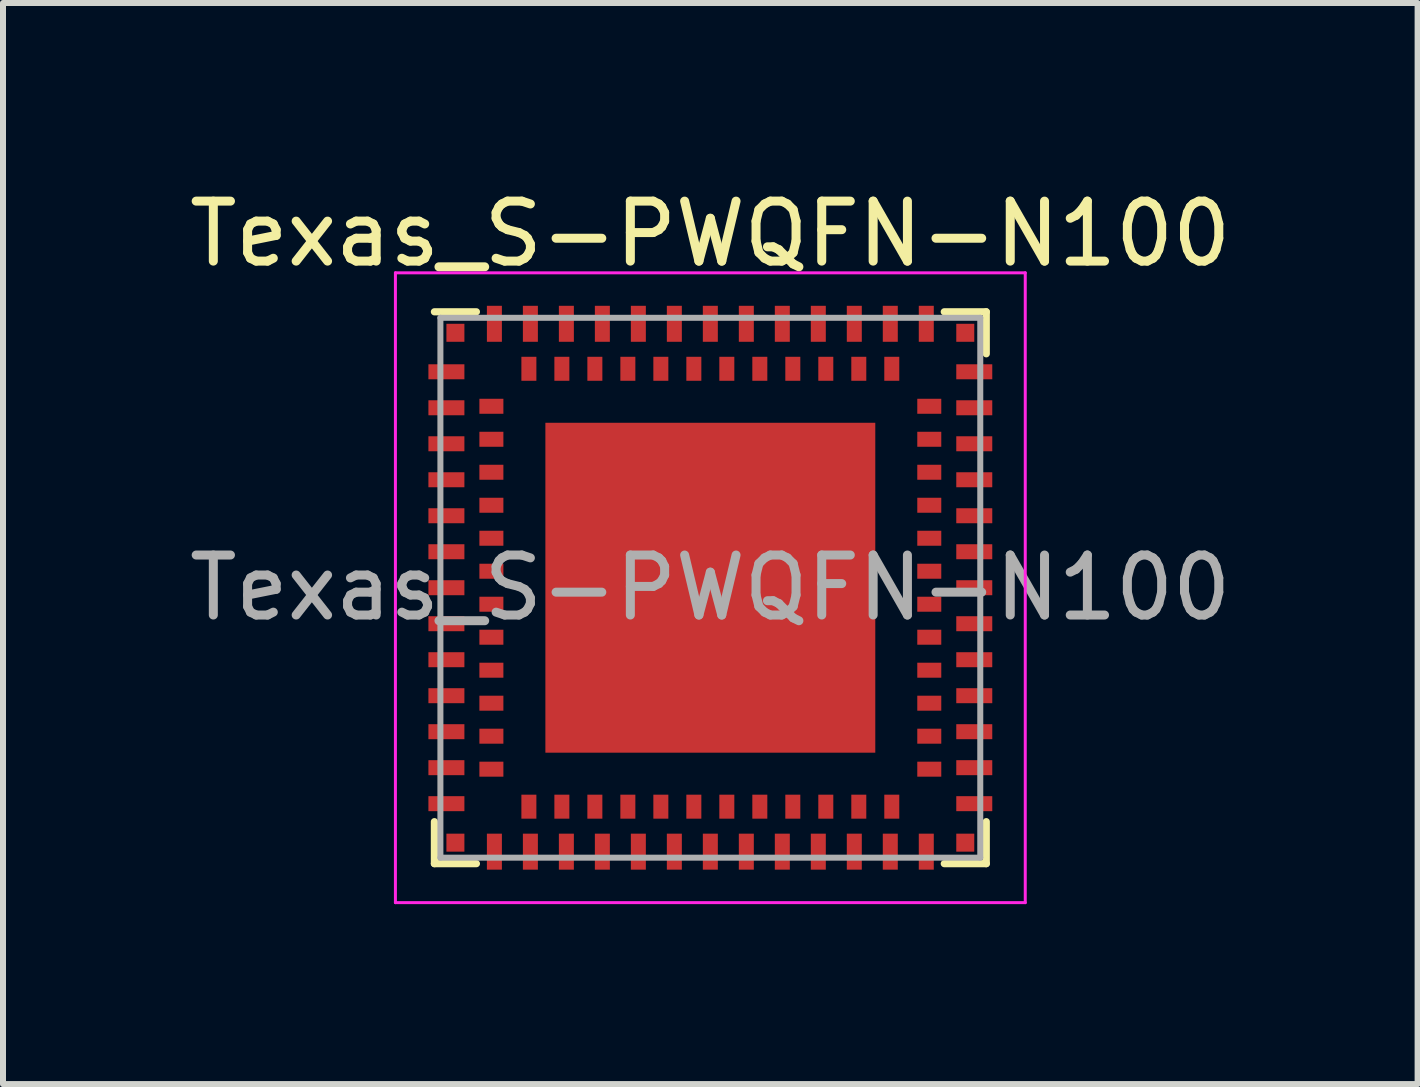
<source format=kicad_pcb>
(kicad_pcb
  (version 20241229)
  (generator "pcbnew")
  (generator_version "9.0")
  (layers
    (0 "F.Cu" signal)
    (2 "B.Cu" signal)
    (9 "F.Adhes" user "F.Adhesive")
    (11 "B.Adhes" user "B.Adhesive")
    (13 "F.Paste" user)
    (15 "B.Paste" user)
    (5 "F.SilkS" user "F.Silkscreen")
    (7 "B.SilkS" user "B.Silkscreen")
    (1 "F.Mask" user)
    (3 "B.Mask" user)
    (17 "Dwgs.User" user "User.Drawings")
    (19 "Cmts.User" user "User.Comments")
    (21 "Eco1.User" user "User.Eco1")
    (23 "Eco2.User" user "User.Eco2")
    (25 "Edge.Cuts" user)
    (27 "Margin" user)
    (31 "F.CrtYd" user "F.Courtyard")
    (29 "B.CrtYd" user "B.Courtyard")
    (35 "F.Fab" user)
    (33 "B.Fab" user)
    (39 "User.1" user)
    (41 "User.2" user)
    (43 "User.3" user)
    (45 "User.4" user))
  (footprint "Texas_S-PWQFN-N100"
    (layer "F.Cu")
    (at 8.792 6.748)
    (property "Reference" "Texas_S-PWQFN-N100" (at 0 -5.9 0) (layer "F.SilkS") (effects (font (size 1 1) (thickness 0.15))))
    (attr smd)
    (fp_line (start -4.6 -4.6) (end -3.9 -4.6) (stroke (width 0.12) (type solid)) (layer "F.SilkS"))
    (fp_line (start -4.6 3.9) (end -4.6 4.6) (stroke (width 0.12) (type solid)) (layer "F.SilkS"))
    (fp_line (start -4.6 4.6) (end -3.9 4.6) (stroke (width 0.12) (type solid)) (layer "F.SilkS"))
    (fp_line (start 4.6 -4.6) (end 3.9 -4.6) (stroke (width 0.12) (type solid)) (layer "F.SilkS"))
    (fp_line (start 4.6 -3.9) (end 4.6 -4.6) (stroke (width 0.12) (type solid)) (layer "F.SilkS"))
    (fp_line (start 4.6 3.9) (end 4.6 4.6) (stroke (width 0.12) (type solid)) (layer "F.SilkS"))
    (fp_line (start 4.6 4.6) (end 3.9 4.6) (stroke (width 0.12) (type solid)) (layer "F.SilkS"))
    (fp_line (start -5.25 -5.25) (end 5.25 -5.25) (stroke (width 0.05) (type solid)) (layer "F.CrtYd"))
    (fp_line (start -5.25 5.25) (end -5.25 -5.25) (stroke (width 0.05) (type solid)) (layer "F.CrtYd"))
    (fp_line (start 5.25 -5.25) (end 5.25 5.25) (stroke (width 0.05) (type solid)) (layer "F.CrtYd"))
    (fp_line (start 5.25 5.25) (end -5.25 5.25) (stroke (width 0.05) (type solid)) (layer "F.CrtYd"))
    (fp_line (start -4.5 -4.5) (end -4.5 4.5) (stroke (width 0.1) (type solid)) (layer "F.Fab"))
    (fp_line (start -4.5 -4.5) (end 4.5 -4.5) (stroke (width 0.1) (type solid)) (layer "F.Fab"))
    (fp_line (start -4.5 4.5) (end 4.5 4.5) (stroke (width 0.1) (type solid)) (layer "F.Fab"))
    (fp_line (start 4.5 -4.5) (end 4.5 4.5) (stroke (width 0.1) (type solid)) (layer "F.Fab"))
    (fp_text user "${REFERENCE}" (at 0 0 0) (layer "F.Fab") (effects (font (size 1 1) (thickness 0.15))))
    (pad "A1" smd rect (at -4.4 -3.6 90) (size 0.25 0.6) (layers "F.Cu" "F.Mask" "F.Paste"))
    (pad "A2" smd rect (at -4.4 -3 90) (size 0.25 0.6) (layers "F.Cu" "F.Mask" "F.Paste"))
    (pad "A3" smd rect (at -4.4 -2.4 90) (size 0.25 0.6) (layers "F.Cu" "F.Mask" "F.Paste"))
    (pad "A4" smd rect (at -4.4 -1.8 90) (size 0.25 0.6) (layers "F.Cu" "F.Mask" "F.Paste"))
    (pad "A5" smd rect (at -4.4 -1.2 90) (size 0.25 0.6) (layers "F.Cu" "F.Mask" "F.Paste"))
    (pad "A6" smd rect (at -4.4 -0.6 90) (size 0.25 0.6) (layers "F.Cu" "F.Mask" "F.Paste"))
    (pad "A7" smd rect (at -4.4 0 90) (size 0.25 0.6) (layers "F.Cu" "F.Mask" "F.Paste"))
    (pad "A8" smd rect (at -4.4 0.6 90) (size 0.25 0.6) (layers "F.Cu" "F.Mask" "F.Paste"))
    (pad "A9" smd rect (at -4.4 1.2 90) (size 0.25 0.6) (layers "F.Cu" "F.Mask" "F.Paste"))
    (pad "A10" smd rect (at -4.4 1.8 90) (size 0.25 0.6) (layers "F.Cu" "F.Mask" "F.Paste"))
    (pad "A11" smd rect (at -4.4 2.4 90) (size 0.25 0.6) (layers "F.Cu" "F.Mask" "F.Paste"))
    (pad "A12" smd rect (at -4.4 3 90) (size 0.25 0.6) (layers "F.Cu" "F.Mask" "F.Paste"))
    (pad "A13" smd rect (at -4.4 3.6 90) (size 0.25 0.6) (layers "F.Cu" "F.Mask" "F.Paste"))
    (pad "A14" smd rect (at -3.6 4.4) (size 0.25 0.6) (layers "F.Cu" "F.Mask" "F.Paste"))
    (pad "A15" smd rect (at -3 4.4) (size 0.25 0.6) (layers "F.Cu" "F.Mask" "F.Paste"))
    (pad "A16" smd rect (at -2.4 4.4) (size 0.25 0.6) (layers "F.Cu" "F.Mask" "F.Paste"))
    (pad "A17" smd rect (at -1.8 4.4) (size 0.25 0.6) (layers "F.Cu" "F.Mask" "F.Paste"))
    (pad "A18" smd rect (at -1.2 4.4) (size 0.25 0.6) (layers "F.Cu" "F.Mask" "F.Paste"))
    (pad "A19" smd rect (at -0.6 4.4) (size 0.25 0.6) (layers "F.Cu" "F.Mask" "F.Paste"))
    (pad "A20" smd rect (at 0 4.4) (size 0.25 0.6) (layers "F.Cu" "F.Mask" "F.Paste"))
    (pad "A21" smd rect (at 0.6 4.4) (size 0.25 0.6) (layers "F.Cu" "F.Mask" "F.Paste"))
    (pad "A22" smd rect (at 1.2 4.4) (size 0.25 0.6) (layers "F.Cu" "F.Mask" "F.Paste"))
    (pad "A23" smd rect (at 1.8 4.4) (size 0.25 0.6) (layers "F.Cu" "F.Mask" "F.Paste"))
    (pad "A24" smd rect (at 2.4 4.4) (size 0.25 0.6) (layers "F.Cu" "F.Mask" "F.Paste"))
    (pad "A25" smd rect (at 3 4.4) (size 0.25 0.6) (layers "F.Cu" "F.Mask" "F.Paste"))
    (pad "A26" smd rect (at 3.6 4.4) (size 0.25 0.6) (layers "F.Cu" "F.Mask" "F.Paste"))
    (pad "A27" smd rect (at 4.4 3.6 90) (size 0.25 0.6) (layers "F.Cu" "F.Mask" "F.Paste"))
    (pad "A28" smd rect (at 4.4 3 90) (size 0.25 0.6) (layers "F.Cu" "F.Mask" "F.Paste"))
    (pad "A29" smd rect (at 4.4 2.4 90) (size 0.25 0.6) (layers "F.Cu" "F.Mask" "F.Paste"))
    (pad "A30" smd rect (at 4.4 1.8 90) (size 0.25 0.6) (layers "F.Cu" "F.Mask" "F.Paste"))
    (pad "A31" smd rect (at 4.4 1.2 90) (size 0.25 0.6) (layers "F.Cu" "F.Mask" "F.Paste"))
    (pad "A32" smd rect (at 4.4 0.6 90) (size 0.25 0.6) (layers "F.Cu" "F.Mask" "F.Paste"))
    (pad "A33" smd rect (at 4.4 0 90) (size 0.25 0.6) (layers "F.Cu" "F.Mask" "F.Paste"))
    (pad "A34" smd rect (at 4.4 -0.6 90) (size 0.25 0.6) (layers "F.Cu" "F.Mask" "F.Paste"))
    (pad "A35" smd rect (at 4.4 -1.2 90) (size 0.25 0.6) (layers "F.Cu" "F.Mask" "F.Paste"))
    (pad "A36" smd rect (at 4.4 -1.8 90) (size 0.25 0.6) (layers "F.Cu" "F.Mask" "F.Paste"))
    (pad "A37" smd rect (at 4.4 -2.4 90) (size 0.25 0.6) (layers "F.Cu" "F.Mask" "F.Paste"))
    (pad "A38" smd rect (at 4.4 -3 90) (size 0.25 0.6) (layers "F.Cu" "F.Mask" "F.Paste"))
    (pad "A39" smd rect (at 4.4 -3.6 90) (size 0.25 0.6) (layers "F.Cu" "F.Mask" "F.Paste"))
    (pad "A40" smd rect (at 3.6 -4.4) (size 0.25 0.6) (layers "F.Cu" "F.Mask" "F.Paste"))
    (pad "A41" smd rect (at 3 -4.4) (size 0.25 0.6) (layers "F.Cu" "F.Mask" "F.Paste"))
    (pad "A42" smd rect (at 2.4 -4.4) (size 0.25 0.6) (layers "F.Cu" "F.Mask" "F.Paste"))
    (pad "A43" smd rect (at 1.8 -4.4) (size 0.25 0.6) (layers "F.Cu" "F.Mask" "F.Paste"))
    (pad "A44" smd rect (at 1.2 -4.4) (size 0.25 0.6) (layers "F.Cu" "F.Mask" "F.Paste"))
    (pad "A45" smd rect (at 0.6 -4.4) (size 0.25 0.6) (layers "F.Cu" "F.Mask" "F.Paste"))
    (pad "A46" smd rect (at 0 -4.4) (size 0.25 0.6) (layers "F.Cu" "F.Mask" "F.Paste"))
    (pad "A47" smd rect (at -0.6 -4.4) (size 0.25 0.6) (layers "F.Cu" "F.Mask" "F.Paste"))
    (pad "A48" smd rect (at -1.2 -4.4) (size 0.25 0.6) (layers "F.Cu" "F.Mask" "F.Paste"))
    (pad "A49" smd rect (at -1.8 -4.4) (size 0.25 0.6) (layers "F.Cu" "F.Mask" "F.Paste"))
    (pad "A50" smd rect (at -2.4 -4.4) (size 0.25 0.6) (layers "F.Cu" "F.Mask" "F.Paste"))
    (pad "A51" smd rect (at -3 -4.4) (size 0.25 0.6) (layers "F.Cu" "F.Mask" "F.Paste"))
    (pad "A52" smd rect (at -3.6 -4.4) (size 0.25 0.6) (layers "F.Cu" "F.Mask" "F.Paste"))
    (pad "A53" smd rect (at 0 0) (size 5.5 5.5) (layers "F.Cu" "F.Mask" "F.Paste"))
    (pad "B1" smd rect (at -3.65 -3.025 90) (size 0.25 0.4) (layers "F.Cu" "F.Mask" "F.Paste"))
    (pad "B2" smd rect (at -3.65 -2.475 90) (size 0.25 0.4) (layers "F.Cu" "F.Mask" "F.Paste"))
    (pad "B3" smd rect (at -3.65 -1.925 90) (size 0.25 0.4) (layers "F.Cu" "F.Mask" "F.Paste"))
    (pad "B4" smd rect (at -3.65 -1.375 90) (size 0.25 0.4) (layers "F.Cu" "F.Mask" "F.Paste"))
    (pad "B5" smd rect (at -3.65 -0.825 90) (size 0.25 0.4) (layers "F.Cu" "F.Mask" "F.Paste"))
    (pad "B6" smd rect (at -3.65 -0.275 90) (size 0.25 0.4) (layers "F.Cu" "F.Mask" "F.Paste"))
    (pad "B7" smd rect (at -3.65 0.275 90) (size 0.25 0.4) (layers "F.Cu" "F.Mask" "F.Paste"))
    (pad "B8" smd rect (at -3.65 0.825 90) (size 0.25 0.4) (layers "F.Cu" "F.Mask" "F.Paste"))
    (pad "B9" smd rect (at -3.65 1.375 90) (size 0.25 0.4) (layers "F.Cu" "F.Mask" "F.Paste"))
    (pad "B10" smd rect (at -3.65 1.925 90) (size 0.25 0.4) (layers "F.Cu" "F.Mask" "F.Paste"))
    (pad "B11" smd rect (at -3.65 2.475 90) (size 0.25 0.4) (layers "F.Cu" "F.Mask" "F.Paste"))
    (pad "B12" smd rect (at -3.65 3.025 90) (size 0.25 0.4) (layers "F.Cu" "F.Mask" "F.Paste"))
    (pad "B13" smd rect (at -3.025 3.65) (size 0.25 0.4) (layers "F.Cu" "F.Mask" "F.Paste"))
    (pad "B14" smd rect (at -2.475 3.65) (size 0.25 0.4) (layers "F.Cu" "F.Mask" "F.Paste"))
    (pad "B15" smd rect (at -1.925 3.65) (size 0.25 0.4) (layers "F.Cu" "F.Mask" "F.Paste"))
    (pad "B16" smd rect (at -1.375 3.65) (size 0.25 0.4) (layers "F.Cu" "F.Mask" "F.Paste"))
    (pad "B17" smd rect (at -0.825 3.65) (size 0.25 0.4) (layers "F.Cu" "F.Mask" "F.Paste"))
    (pad "B18" smd rect (at -0.275 3.65) (size 0.25 0.4) (layers "F.Cu" "F.Mask" "F.Paste"))
    (pad "B19" smd rect (at 0.275 3.65) (size 0.25 0.4) (layers "F.Cu" "F.Mask" "F.Paste"))
    (pad "B20" smd rect (at 0.825 3.65) (size 0.25 0.4) (layers "F.Cu" "F.Mask" "F.Paste"))
    (pad "B21" smd rect (at 1.375 3.65) (size 0.25 0.4) (layers "F.Cu" "F.Mask" "F.Paste"))
    (pad "B22" smd rect (at 1.925 3.65) (size 0.25 0.4) (layers "F.Cu" "F.Mask" "F.Paste"))
    (pad "B23" smd rect (at 2.475 3.65) (size 0.25 0.4) (layers "F.Cu" "F.Mask" "F.Paste"))
    (pad "B24" smd rect (at 3.025 3.65) (size 0.25 0.4) (layers "F.Cu" "F.Mask" "F.Paste"))
    (pad "B25" smd rect (at 3.65 3.025 90) (size 0.25 0.4) (layers "F.Cu" "F.Mask" "F.Paste"))
    (pad "B26" smd rect (at 3.65 2.475 90) (size 0.25 0.4) (layers "F.Cu" "F.Mask" "F.Paste"))
    (pad "B27" smd rect (at 3.65 1.925 90) (size 0.25 0.4) (layers "F.Cu" "F.Mask" "F.Paste"))
    (pad "B28" smd rect (at 3.65 1.375 90) (size 0.25 0.4) (layers "F.Cu" "F.Mask" "F.Paste"))
    (pad "B29" smd rect (at 3.65 0.825 90) (size 0.25 0.4) (layers "F.Cu" "F.Mask" "F.Paste"))
    (pad "B30" smd rect (at 3.65 0.275 90) (size 0.25 0.4) (layers "F.Cu" "F.Mask" "F.Paste"))
    (pad "B31" smd rect (at 3.65 -0.275 90) (size 0.25 0.4) (layers "F.Cu" "F.Mask" "F.Paste"))
    (pad "B32" smd rect (at 3.65 -0.825 90) (size 0.25 0.4) (layers "F.Cu" "F.Mask" "F.Paste"))
    (pad "B33" smd rect (at 3.65 -1.375 90) (size 0.25 0.4) (layers "F.Cu" "F.Mask" "F.Paste"))
    (pad "B34" smd rect (at 3.65 -1.925 90) (size 0.25 0.4) (layers "F.Cu" "F.Mask" "F.Paste"))
    (pad "B35" smd rect (at 3.65 -2.475 90) (size 0.25 0.4) (layers "F.Cu" "F.Mask" "F.Paste"))
    (pad "B36" smd rect (at 3.65 -3.025 90) (size 0.25 0.4) (layers "F.Cu" "F.Mask" "F.Paste"))
    (pad "B37" smd rect (at 3.025 -3.65) (size 0.25 0.4) (layers "F.Cu" "F.Mask" "F.Paste"))
    (pad "B38" smd rect (at 2.475 -3.65) (size 0.25 0.4) (layers "F.Cu" "F.Mask" "F.Paste"))
    (pad "B39" smd rect (at 1.925 -3.65) (size 0.25 0.4) (layers "F.Cu" "F.Mask" "F.Paste"))
    (pad "B40" smd rect (at 1.375 -3.65) (size 0.25 0.4) (layers "F.Cu" "F.Mask" "F.Paste"))
    (pad "B41" smd rect (at 0.825 -3.65) (size 0.25 0.4) (layers "F.Cu" "F.Mask" "F.Paste"))
    (pad "B42" smd rect (at 0.275 -3.65) (size 0.25 0.4) (layers "F.Cu" "F.Mask" "F.Paste"))
    (pad "B43" smd rect (at -0.275 -3.65) (size 0.25 0.4) (layers "F.Cu" "F.Mask" "F.Paste"))
    (pad "B44" smd rect (at -0.825 -3.65) (size 0.25 0.4) (layers "F.Cu" "F.Mask" "F.Paste"))
    (pad "B45" smd rect (at -1.375 -3.65) (size 0.25 0.4) (layers "F.Cu" "F.Mask" "F.Paste"))
    (pad "B46" smd rect (at -1.925 -3.65) (size 0.25 0.4) (layers "F.Cu" "F.Mask" "F.Paste"))
    (pad "B47" smd rect (at -2.475 -3.65) (size 0.25 0.4) (layers "F.Cu" "F.Mask" "F.Paste"))
    (pad "B48" smd rect (at -3.025 -3.65) (size 0.25 0.4) (layers "F.Cu" "F.Mask" "F.Paste"))
    (pad "C1" smd rect (at -4.25 -4.25) (size 0.3 0.3) (layers "F.Cu" "F.Mask" "F.Paste"))
    (pad "C2" smd rect (at -4.25 4.25) (size 0.3 0.3) (layers "F.Cu" "F.Mask" "F.Paste"))
    (pad "C3" smd rect (at 4.25 4.25) (size 0.3 0.3) (layers "F.Cu" "F.Mask" "F.Paste"))
    (pad "C4" smd rect (at 4.25 -4.25) (size 0.3 0.3) (layers "F.Cu" "F.Mask" "F.Paste")))
  (gr_rect
    (start -3 -3)
    (end 20.583 15.023)
    (stroke (width 0.1) (type default))
    (fill no)
    (layer "Edge.Cuts")))
</source>
